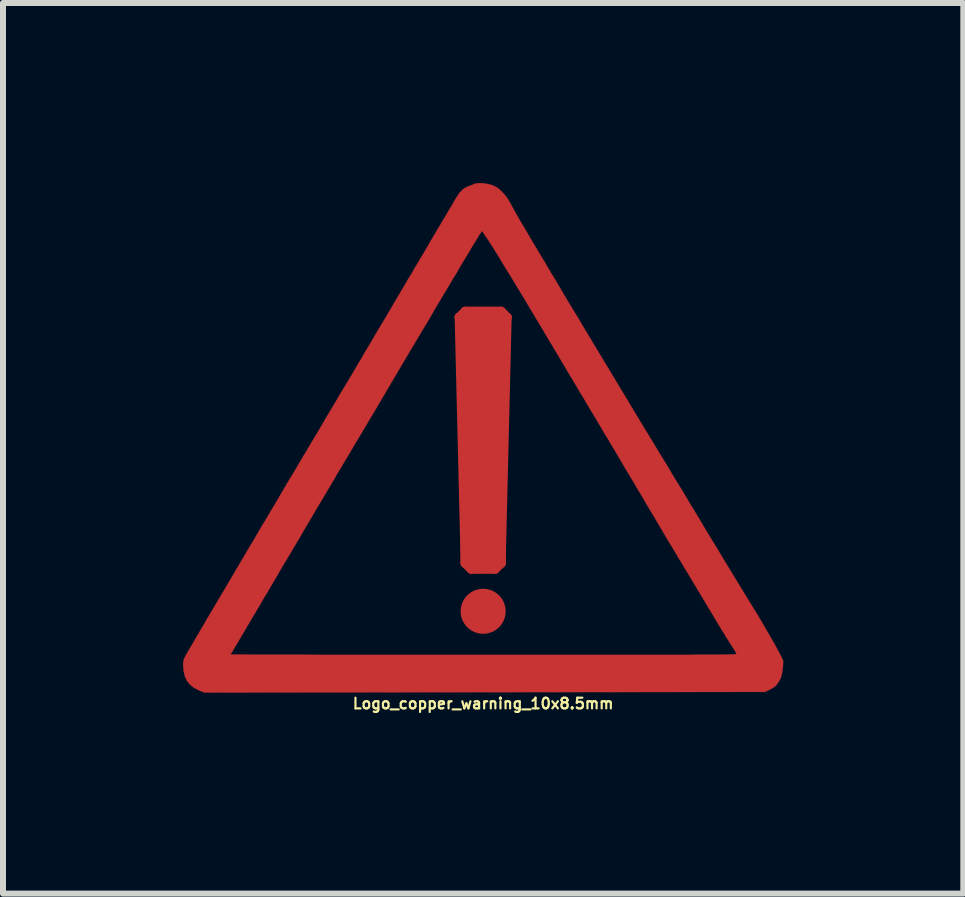
<source format=kicad_pcb>
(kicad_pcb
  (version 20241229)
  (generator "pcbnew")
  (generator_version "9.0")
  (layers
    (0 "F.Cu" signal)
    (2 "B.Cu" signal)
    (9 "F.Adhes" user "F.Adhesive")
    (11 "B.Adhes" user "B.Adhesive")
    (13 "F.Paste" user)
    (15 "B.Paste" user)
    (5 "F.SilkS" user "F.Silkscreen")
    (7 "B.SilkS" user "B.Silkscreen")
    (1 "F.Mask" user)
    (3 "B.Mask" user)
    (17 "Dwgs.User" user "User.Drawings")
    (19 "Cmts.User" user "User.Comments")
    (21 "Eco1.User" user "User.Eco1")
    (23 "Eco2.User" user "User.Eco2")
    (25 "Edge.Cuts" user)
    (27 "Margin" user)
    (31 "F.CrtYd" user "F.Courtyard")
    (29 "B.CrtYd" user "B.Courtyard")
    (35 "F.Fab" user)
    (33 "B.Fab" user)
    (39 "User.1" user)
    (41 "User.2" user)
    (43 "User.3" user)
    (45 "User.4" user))
  (footprint "Logo_copper_warning_10x8.5mm"
    (layer "F.Cu")
    (at 5 4.235)
    (property "Reference" "Logo_copper_warning_10x8.5mm" (at 0 4.437 0) (layer "F.SilkS") (effects (font (size 0.178 0.178) (thickness 0.036))))
    (attr through_hole)
    (fp_line (start -0.4 -2) (end -0.3 -2.1) (stroke (width 0.15) (type solid)) (layer "F.Cu"))
    (fp_line (start -0.4 -2) (end -0.3 2.1) (stroke (width 0.15) (type solid)) (layer "F.Cu"))
    (fp_line (start -0.3 -2.1) (end 0.3 -2.1) (stroke (width 0.15) (type solid)) (layer "F.Cu"))
    (fp_line (start -0.3 -2) (end -0.3 2.1) (stroke (width 0.15) (type solid)) (layer "F.Cu"))
    (fp_line (start -0.3 2.1) (end -0.2 2.2) (stroke (width 0.15) (type solid)) (layer "F.Cu"))
    (fp_line (start -0.3 2.1) (end 0.3 2.1) (stroke (width 0.15) (type solid)) (layer "F.Cu"))
    (fp_line (start -0.2 2.1) (end -0.2 -2) (stroke (width 0.15) (type solid)) (layer "F.Cu"))
    (fp_line (start -0.2 2.2) (end 0.2 2.2) (stroke (width 0.15) (type solid)) (layer "F.Cu"))
    (fp_line (start -0.1 -2) (end -0.1 2.1) (stroke (width 0.15) (type solid)) (layer "F.Cu"))
    (fp_line (start 0 2.1) (end 0 -2) (stroke (width 0.15) (type solid)) (layer "F.Cu"))
    (fp_line (start 0.1 2.1) (end 0.1 -2) (stroke (width 0.15) (type solid)) (layer "F.Cu"))
    (fp_line (start 0.2 -2) (end 0.2 2.1) (stroke (width 0.15) (type solid)) (layer "F.Cu"))
    (fp_line (start 0.2 2.2) (end 0.3 2.1) (stroke (width 0.15) (type solid)) (layer "F.Cu"))
    (fp_line (start 0.3 -2.1) (end 0.4 -2) (stroke (width 0.15) (type solid)) (layer "F.Cu"))
    (fp_line (start 0.3 2.1) (end 0.3 -2) (stroke (width 0.15) (type solid)) (layer "F.Cu"))
    (fp_line (start 0.3 2.1) (end 0.4 -2) (stroke (width 0.15) (type solid)) (layer "F.Cu"))
    (fp_line (start 0.4 -2) (end -0.4 -2) (stroke (width 0.15) (type solid)) (layer "F.Cu"))
    (fp_circle (center 0 2.9) (end -0.3 2.9) (stroke (width 0.15) (type solid)) (fill no) (layer "F.Cu"))
    (fp_circle (center 0 2.9) (end -0.2 2.9) (stroke (width 0.15) (type solid)) (fill no) (layer "F.Cu"))
    (fp_circle (center 0 2.9) (end -0.1 2.9) (stroke (width 0.2) (type solid)) (fill no) (layer "F.Cu"))
    (fp_poly (pts (xy 4.999 3.721) (xy 4.996 3.82) (xy 4.983 3.919) (xy 4.961 4.008) (xy 4.92 4.084) (xy 4.897 4.115) (xy 4.874 4.143) (xy 4.846 4.166) (xy 4.813 4.186) (xy 4.775 4.206) (xy 4.691 4.244) (xy 4.221 4.244) (xy 4.221 3.609) (xy 4.214 3.594) (xy 4.199 3.569) (xy 4.176 3.531) (xy 4.148 3.485) (xy 4.13 3.459) (xy 4.112 3.432) (xy 4.1 3.409) (xy 4.084 3.386) (xy 4.072 3.365) (xy 4.056 3.343) (xy 4.041 3.32) (xy 4.026 3.292) (xy 4.006 3.259) (xy 3.98 3.218) (xy 3.952 3.172) (xy 3.919 3.117) (xy 3.879 3.051) (xy 3.833 2.972) (xy 3.777 2.88) (xy 3.713 2.774) (xy 3.647 2.662) (xy 3.589 2.568) (xy 3.536 2.477) (xy 3.485 2.393) (xy 3.439 2.316) (xy 3.399 2.248) (xy 3.363 2.192) (xy 3.338 2.149) (xy 3.32 2.118) (xy 3.31 2.103) (xy 3.299 2.083) (xy 3.279 2.05) (xy 3.251 2.007) (xy 3.221 1.953) (xy 3.188 1.897) (xy 3.17 1.867) (xy 3.127 1.796) (xy 3.078 1.717) (xy 3.03 1.636) (xy 2.987 1.56) (xy 2.946 1.494) (xy 2.946 1.491) (xy 2.908 1.43) (xy 2.87 1.364) (xy 2.835 1.303) (xy 2.802 1.25) (xy 2.779 1.212) (xy 2.753 1.168) (xy 2.72 1.115) (xy 2.685 1.052) (xy 2.647 0.986) (xy 2.609 0.922) (xy 2.606 0.919) (xy 2.565 0.851) (xy 2.52 0.772) (xy 2.469 0.688) (xy 2.421 0.607) (xy 2.377 0.536) (xy 2.337 0.467) (xy 2.291 0.386) (xy 2.24 0.302) (xy 2.189 0.216) (xy 2.141 0.135) (xy 2.118 0.099) (xy 2.075 0.023) (xy 2.024 -0.058) (xy 1.974 -0.145) (xy 1.925 -0.226) (xy 1.882 -0.3) (xy 1.864 -0.33) (xy 1.829 -0.389) (xy 1.796 -0.442) (xy 1.768 -0.49) (xy 1.745 -0.528) (xy 1.73 -0.554) (xy 1.727 -0.559) (xy 1.714 -0.579) (xy 1.694 -0.615) (xy 1.669 -0.658) (xy 1.638 -0.709) (xy 1.615 -0.744) (xy 1.585 -0.798) (xy 1.557 -0.846) (xy 1.532 -0.886) (xy 1.514 -0.917) (xy 1.506 -0.93) (xy 1.496 -0.95) (xy 1.476 -0.983) (xy 1.448 -1.026) (xy 1.417 -1.079) (xy 1.384 -1.135) (xy 1.369 -1.161) (xy 1.326 -1.232) (xy 1.278 -1.313) (xy 1.227 -1.4) (xy 1.176 -1.483) (xy 1.133 -1.56) (xy 1.13 -1.562) (xy 1.092 -1.623) (xy 1.059 -1.681) (xy 1.026 -1.735) (xy 1.001 -1.781) (xy 0.98 -1.811) (xy 0.975 -1.821) (xy 0.958 -1.852) (xy 0.93 -1.897) (xy 0.894 -1.956) (xy 0.853 -2.027) (xy 0.805 -2.106) (xy 0.752 -2.195) (xy 0.696 -2.289) (xy 0.638 -2.385) (xy 0.577 -2.484) (xy 0.518 -2.583) (xy 0.46 -2.68) (xy 0.401 -2.774) (xy 0.348 -2.86) (xy 0.3 -2.941) (xy 0.257 -3.012) (xy 0.218 -3.073) (xy 0.213 -3.078) (xy 0.175 -3.145) (xy 0.135 -3.205) (xy 0.097 -3.266) (xy 0.061 -3.32) (xy 0.028 -3.365) (xy 0.005 -3.401) (xy -0.01 -3.426) (xy -0.02 -3.434) (xy -0.025 -3.426) (xy -0.043 -3.401) (xy -0.069 -3.363) (xy -0.102 -3.307) (xy -0.142 -3.241) (xy -0.191 -3.162) (xy -0.244 -3.071) (xy -0.305 -2.972) (xy -0.371 -2.863) (xy -0.439 -2.743) (xy -0.516 -2.619) (xy -0.592 -2.489) (xy -0.673 -2.355) (xy -0.714 -2.283) (xy -0.729 -2.261) (xy -0.752 -2.223) (xy -0.78 -2.174) (xy -0.815 -2.116) (xy -0.851 -2.052) (xy -0.889 -1.986) (xy -1.059 -1.702) (xy -1.222 -1.43) (xy -1.377 -1.168) (xy -1.527 -0.914) (xy -1.671 -0.668) (xy -1.816 -0.422) (xy -1.857 -0.353) (xy -1.895 -0.292) (xy -1.93 -0.231) (xy -1.963 -0.175) (xy -1.991 -0.13) (xy -2.012 -0.094) (xy -2.017 -0.084) (xy -2.035 -0.056) (xy -2.06 -0.013) (xy -2.09 0.038) (xy -2.126 0.097) (xy -2.164 0.163) (xy -2.192 0.208) (xy -2.23 0.274) (xy -2.268 0.338) (xy -2.304 0.396) (xy -2.334 0.447) (xy -2.357 0.485) (xy -2.367 0.505) (xy -2.39 0.541) (xy -2.418 0.587) (xy -2.449 0.64) (xy -2.479 0.693) (xy -2.484 0.701) (xy -2.532 0.782) (xy -2.581 0.866) (xy -2.629 0.947) (xy -2.675 1.026) (xy -2.718 1.095) (xy -2.751 1.151) (xy -2.764 1.171) (xy -2.789 1.214) (xy -2.814 1.26) (xy -2.837 1.298) (xy -2.84 1.3) (xy -2.852 1.326) (xy -2.878 1.367) (xy -2.911 1.422) (xy -2.954 1.496) (xy -3.005 1.582) (xy -3.063 1.684) (xy -3.132 1.798) (xy -3.205 1.923) (xy -3.289 2.062) (xy -3.378 2.212) (xy -3.381 2.217) (xy -3.426 2.296) (xy -3.475 2.38) (xy -3.526 2.466) (xy -3.574 2.548) (xy -3.617 2.621) (xy -3.645 2.664) (xy -3.683 2.728) (xy -3.721 2.797) (xy -3.759 2.86) (xy -3.792 2.918) (xy -3.82 2.964) (xy -3.825 2.969) (xy -3.853 3.018) (xy -3.881 3.066) (xy -3.904 3.106) (xy -3.922 3.134) (xy -3.962 3.205) (xy -4.003 3.274) (xy -4.044 3.343) (xy -4.082 3.409) (xy -4.117 3.467) (xy -4.148 3.518) (xy -4.171 3.559) (xy -4.188 3.586) (xy -4.196 3.599) (xy -4.199 3.599) (xy -4.206 3.614) (xy -4.206 3.617) (xy -4.196 3.617) (xy -4.168 3.619) (xy -4.12 3.619) (xy -4.054 3.619) (xy -3.97 3.619) (xy -3.868 3.622) (xy -3.754 3.622) (xy -3.622 3.622) (xy -3.475 3.622) (xy -3.315 3.622) (xy -3.139 3.622) (xy -2.951 3.622) (xy -2.753 3.625) (xy -2.543 3.625) (xy -2.319 3.625) (xy -2.088 3.625) (xy -1.847 3.625) (xy -1.595 3.625) (xy -1.336 3.625) (xy -1.072 3.625) (xy -0.798 3.625) (xy -0.518 3.625) (xy -0.231 3.625) (xy 0.01 3.625) (xy 0.358 3.625) (xy 0.686 3.625) (xy 0.993 3.625) (xy 1.283 3.625) (xy 1.557 3.625) (xy 1.811 3.625) (xy 2.05 3.625) (xy 2.273 3.625) (xy 2.482 3.625) (xy 2.672 3.625) (xy 2.85 3.625) (xy 3.012 3.625) (xy 3.165 3.625) (xy 3.302 3.625) (xy 3.426 3.625) (xy 3.541 3.622) (xy 3.642 3.622) (xy 3.734 3.622) (xy 3.815 3.622) (xy 3.889 3.622) (xy 3.952 3.622) (xy 4.008 3.619) (xy 4.054 3.619) (xy 4.094 3.619) (xy 4.128 3.617) (xy 4.155 3.617) (xy 4.178 3.617) (xy 4.194 3.614) (xy 4.206 3.614) (xy 4.214 3.612) (xy 4.219 3.612) (xy 4.221 3.609) (xy 4.221 4.244) (xy 0.023 4.249) (xy -4.643 4.255) (xy -4.732 4.219) (xy -4.816 4.176) (xy -4.884 4.122) (xy -4.935 4.059) (xy -4.971 3.983) (xy -4.991 3.894) (xy -4.999 3.8) (xy -4.999 3.772) (xy -4.996 3.749) (xy -4.994 3.729) (xy -4.989 3.706) (xy -4.978 3.68) (xy -4.963 3.65) (xy -4.94 3.609) (xy -4.912 3.559) (xy -4.874 3.495) (xy -4.854 3.459) (xy -4.821 3.404) (xy -4.788 3.348) (xy -4.76 3.299) (xy -4.737 3.261) (xy -4.722 3.236) (xy -4.704 3.203) (xy -4.676 3.157) (xy -4.643 3.101) (xy -4.608 3.038) (xy -4.567 2.969) (xy -4.526 2.901) (xy -4.488 2.835) (xy -4.481 2.824) (xy -4.458 2.786) (xy -4.43 2.738) (xy -4.397 2.682) (xy -4.361 2.621) (xy -4.326 2.563) (xy -4.285 2.494) (xy -4.239 2.416) (xy -4.191 2.334) (xy -4.145 2.256) (xy -4.117 2.207) (xy -4.079 2.144) (xy -4.039 2.075) (xy -3.998 2.007) (xy -3.962 1.946) (xy -3.937 1.902) (xy -3.907 1.852) (xy -3.871 1.791) (xy -3.83 1.725) (xy -3.79 1.656) (xy -3.754 1.593) (xy -3.716 1.529) (xy -3.678 1.463) (xy -3.64 1.4) (xy -3.607 1.346) (xy -3.581 1.303) (xy -3.581 1.3) (xy -3.566 1.278) (xy -3.551 1.25) (xy -3.531 1.217) (xy -3.51 1.181) (xy -3.482 1.138) (xy -3.452 1.085) (xy -3.416 1.024) (xy -3.376 0.955) (xy -3.327 0.871) (xy -3.272 0.777) (xy -3.208 0.671) (xy -3.134 0.549) (xy -3.053 0.409) (xy -3.048 0.404) (xy -3.005 0.328) (xy -2.959 0.254) (xy -2.916 0.18) (xy -2.878 0.117) (xy -2.845 0.061) (xy -2.819 0.018) (xy -2.809 0) (xy -2.789 -0.033) (xy -2.761 -0.079) (xy -2.725 -0.14) (xy -2.685 -0.208) (xy -2.642 -0.282) (xy -2.596 -0.361) (xy -2.555 -0.429) (xy -2.471 -0.569) (xy -2.393 -0.704) (xy -2.316 -0.831) (xy -2.245 -0.95) (xy -2.179 -1.059) (xy -2.121 -1.158) (xy -2.07 -1.245) (xy -2.029 -1.313) (xy -2.007 -1.351) (xy -1.989 -1.384) (xy -1.961 -1.433) (xy -1.925 -1.491) (xy -1.882 -1.562) (xy -1.836 -1.641) (xy -1.788 -1.725) (xy -1.737 -1.811) (xy -1.699 -1.872) (xy -1.646 -1.961) (xy -1.593 -2.052) (xy -1.539 -2.141) (xy -1.491 -2.225) (xy -1.445 -2.304) (xy -1.405 -2.37) (xy -1.374 -2.423) (xy -1.359 -2.449) (xy -1.321 -2.512) (xy -1.28 -2.583) (xy -1.24 -2.652) (xy -1.201 -2.713) (xy -1.181 -2.748) (xy -1.151 -2.802) (xy -1.113 -2.865) (xy -1.072 -2.934) (xy -1.031 -3.005) (xy -1.001 -3.053) (xy -0.927 -3.178) (xy -0.864 -3.289) (xy -0.805 -3.388) (xy -0.754 -3.475) (xy -0.711 -3.546) (xy -0.678 -3.602) (xy -0.655 -3.642) (xy -0.64 -3.665) (xy -0.625 -3.691) (xy -0.602 -3.729) (xy -0.577 -3.774) (xy -0.546 -3.825) (xy -0.538 -3.835) (xy -0.493 -3.917) (xy -0.455 -3.98) (xy -0.422 -4.031) (xy -0.394 -4.072) (xy -0.366 -4.102) (xy -0.34 -4.128) (xy -0.312 -4.148) (xy -0.282 -4.166) (xy -0.244 -4.181) (xy -0.201 -4.199) (xy -0.193 -4.201) (xy -0.15 -4.219) (xy -0.119 -4.229) (xy -0.089 -4.234) (xy -0.058 -4.234) (xy -0.013 -4.234) (xy 0.071 -4.221) (xy 0.15 -4.201) (xy 0.224 -4.166) (xy 0.29 -4.115) (xy 0.353 -4.049) (xy 0.414 -3.967) (xy 0.472 -3.866) (xy 0.505 -3.805) (xy 0.518 -3.78) (xy 0.541 -3.739) (xy 0.572 -3.686) (xy 0.607 -3.622) (xy 0.65 -3.551) (xy 0.696 -3.472) (xy 0.744 -3.391) (xy 0.792 -3.307) (xy 0.843 -3.223) (xy 0.892 -3.142) (xy 0.935 -3.068) (xy 0.953 -3.043) (xy 0.975 -3) (xy 1.008 -2.949) (xy 1.044 -2.888) (xy 1.082 -2.822) (xy 1.123 -2.753) (xy 1.125 -2.748) (xy 1.179 -2.662) (xy 1.24 -2.558) (xy 1.311 -2.438) (xy 1.389 -2.306) (xy 1.478 -2.159) (xy 1.575 -1.999) (xy 1.676 -1.829) (xy 1.786 -1.646) (xy 1.902 -1.453) (xy 2.024 -1.25) (xy 2.151 -1.041) (xy 2.281 -0.823) (xy 2.418 -0.597) (xy 2.555 -0.368) (xy 2.697 -0.132) (xy 2.842 0.104) (xy 2.878 0.165) (xy 2.941 0.269) (xy 3.01 0.381) (xy 3.084 0.503) (xy 3.157 0.627) (xy 3.233 0.752) (xy 3.31 0.876) (xy 3.383 0.998) (xy 3.452 1.115) (xy 3.518 1.222) (xy 3.576 1.318) (xy 3.627 1.402) (xy 3.655 1.453) (xy 3.741 1.595) (xy 3.818 1.722) (xy 3.889 1.836) (xy 3.952 1.943) (xy 4.011 2.042) (xy 4.069 2.136) (xy 4.125 2.228) (xy 4.181 2.319) (xy 4.239 2.416) (xy 4.293 2.504) (xy 4.394 2.67) (xy 4.486 2.819) (xy 4.569 2.954) (xy 4.643 3.078) (xy 4.707 3.188) (xy 4.765 3.289) (xy 4.818 3.381) (xy 4.864 3.462) (xy 4.905 3.538) (xy 4.938 3.599) (xy 4.999 3.721)) (stroke (width 0.003) (type solid)) (fill yes) (layer "F.Cu")))
  (gr_rect
    (start -3 -3)
    (end 13 11.839)
    (stroke (width 0.1) (type default))
    (fill no)
    (layer "Edge.Cuts")))
</source>
